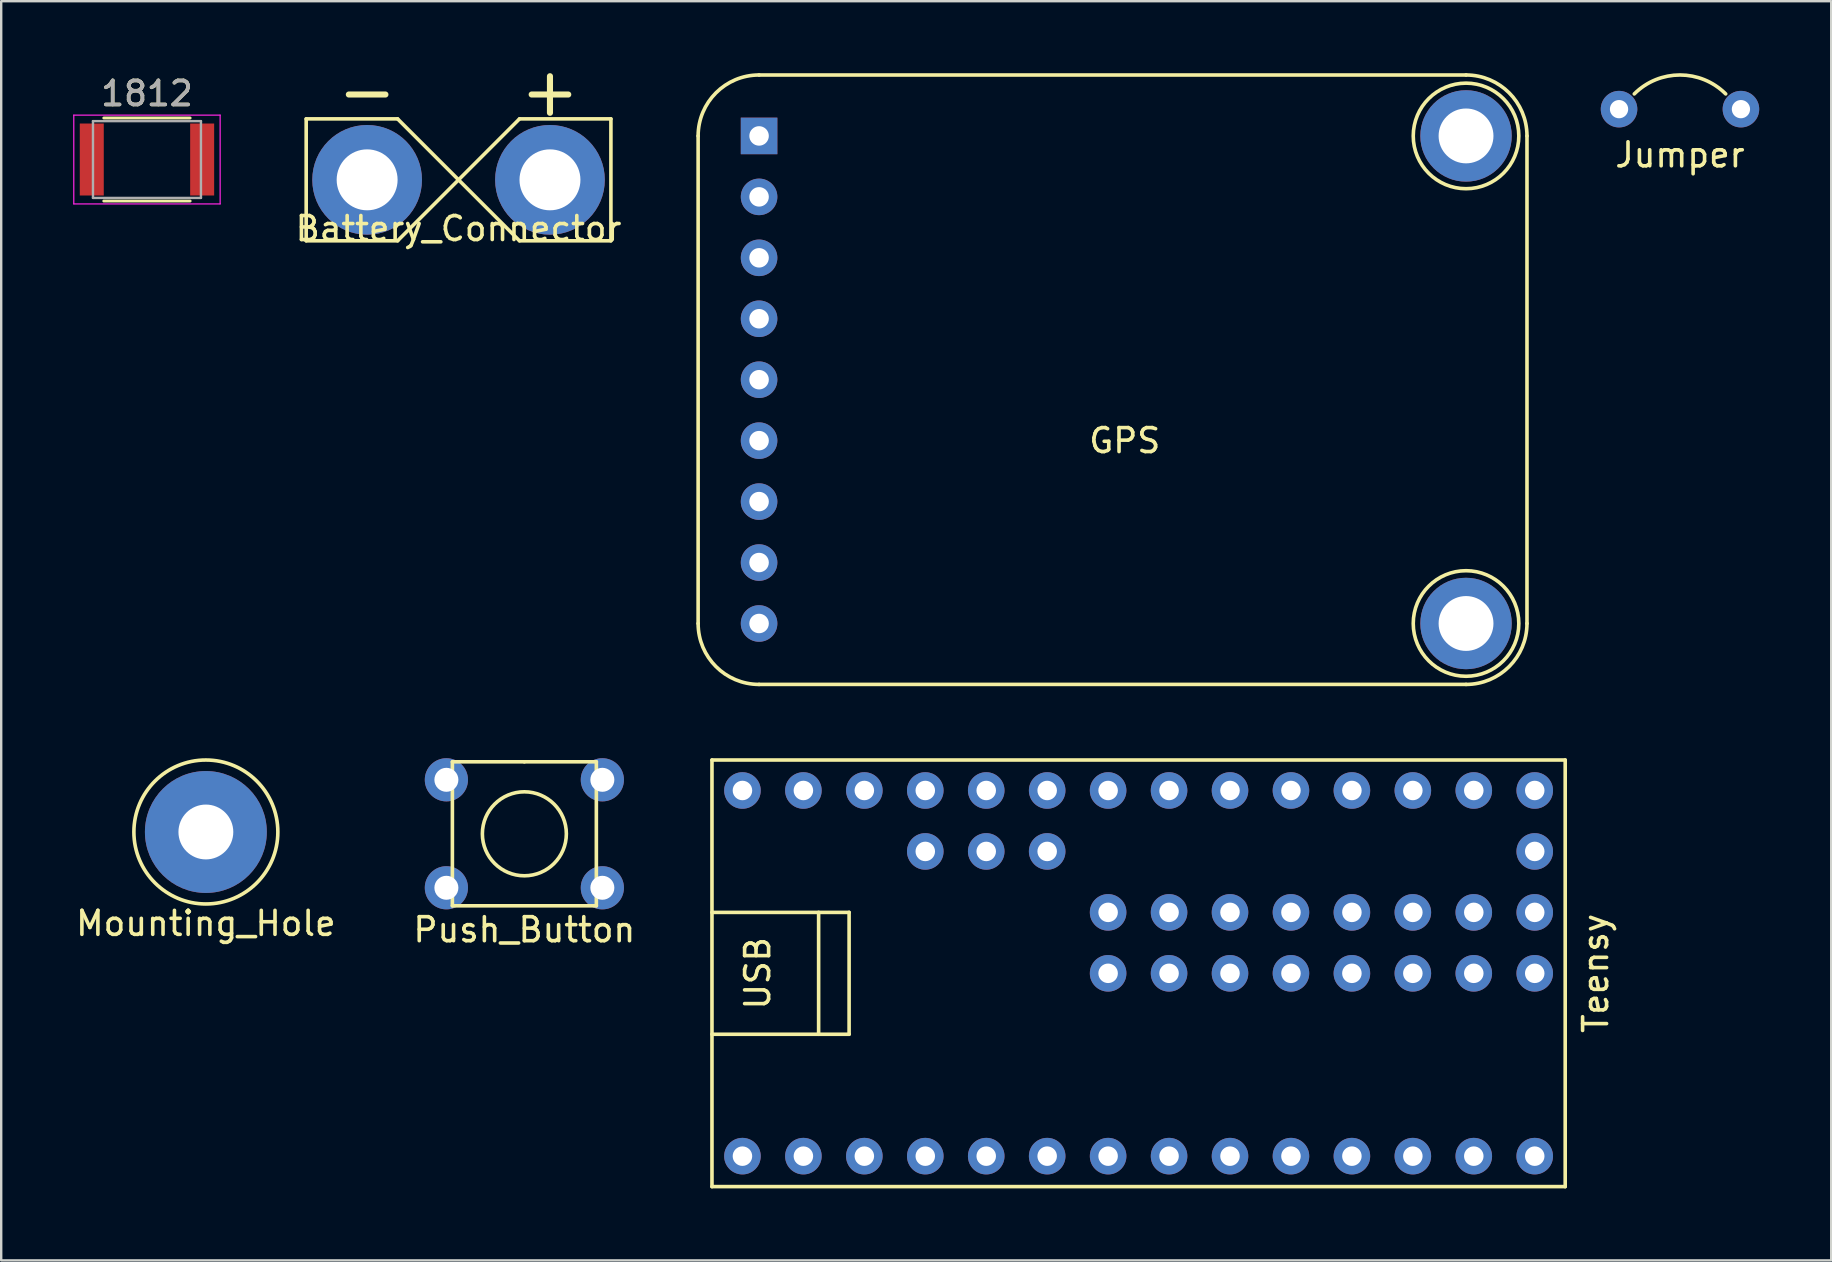
<source format=kicad_pcb>
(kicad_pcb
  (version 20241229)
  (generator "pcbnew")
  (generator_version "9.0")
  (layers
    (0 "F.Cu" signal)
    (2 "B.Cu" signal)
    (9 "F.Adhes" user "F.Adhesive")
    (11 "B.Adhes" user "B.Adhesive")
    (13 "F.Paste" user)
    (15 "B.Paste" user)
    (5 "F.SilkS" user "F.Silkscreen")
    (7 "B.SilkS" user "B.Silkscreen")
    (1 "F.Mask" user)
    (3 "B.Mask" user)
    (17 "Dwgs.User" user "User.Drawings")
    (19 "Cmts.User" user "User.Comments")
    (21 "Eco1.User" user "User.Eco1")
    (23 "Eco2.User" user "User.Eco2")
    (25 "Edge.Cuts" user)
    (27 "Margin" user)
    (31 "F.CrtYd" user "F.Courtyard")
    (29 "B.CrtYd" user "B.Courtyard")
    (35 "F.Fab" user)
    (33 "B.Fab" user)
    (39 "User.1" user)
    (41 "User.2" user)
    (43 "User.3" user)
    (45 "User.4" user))
  (footprint "Jumper"
    (layer "F.Cu")
    (at 66.967 1.499)
    (property "Reference" "Jumper" (at 0 1.905 0) (layer "F.SilkS") (effects (font (size 1 1) (thickness 0.15))))
    (attr through_hole)
    (fp_arc (start -1.905 -0.635) (mid 0 -1.424077) (end 1.905 -0.635) (stroke (width 0.15) (type solid)) (layer "F.SilkS"))
    (pad "1" thru_hole circle (at 2.54 0) (size 1.524 1.524) (drill 0.762) (layers "*.Cu" "*.Mask"))
    (pad "2" thru_hole circle (at -2.54 0) (size 1.524 1.524) (drill 0.762) (layers "*.Cu" "*.Mask")))
  (footprint "Push_Button"
    (layer "F.Cu")
    (at 18.804 31.7)
    (property "Reference" "Push_Button" (at 0 4 0) (layer "F.SilkS") (effects (font (size 1 1) (thickness 0.15))))
    (attr through_hole)
    (fp_line (start -3 -3) (end 0 -3) (stroke (width 0.15) (type solid)) (layer "F.SilkS"))
    (fp_line (start -3 3) (end -3 -3) (stroke (width 0.15) (type solid)) (layer "F.SilkS"))
    (fp_line (start 0 -3) (end 3 -3) (stroke (width 0.15) (type solid)) (layer "F.SilkS"))
    (fp_line (start 3 -3) (end 3 3) (stroke (width 0.15) (type solid)) (layer "F.SilkS"))
    (fp_line (start 3 3) (end -3 3) (stroke (width 0.15) (type solid)) (layer "F.SilkS"))
    (fp_circle (center 0 0) (end 1.75 0) (stroke (width 0.15) (type solid)) (fill no) (layer "F.SilkS"))
    (pad "1" thru_hole circle (at -3.25 -2.25) (size 1.8 1.8) (drill 1) (layers "*.Cu" "*.Mask"))
    (pad "2" thru_hole circle (at -3.25 2.25) (size 1.8 1.8) (drill 1) (layers "*.Cu" "*.Mask"))
    (pad "3" thru_hole circle (at 3.25 -2.25) (size 1.8 1.8) (drill 1) (layers "*.Cu" "*.Mask"))
    (pad "3" thru_hole circle (at 3.25 2.25) (size 1.8 1.8) (drill 1) (layers "*.Cu" "*.Mask")))
  (footprint "Mounting_Hole"
    (layer "F.Cu")
    (at 5.53 31.625)
    (property "Reference" "Mounting_Hole" (at 0 3.81 0) (layer "F.SilkS") (effects (font (size 1 1) (thickness 0.15))))
    (attr through_hole)
    (fp_circle (center 0 0) (end 3 0) (stroke (width 0.15) (type solid)) (fill no) (layer "F.SilkS"))
    (pad "1" thru_hole circle (at 0 0) (size 5.08 5.08) (drill 2.286) (layers "*.Cu" "*.Mask")))
  (footprint "Teensy"
    (layer "F.Cu")
    (at 27.893 45.135)
    (property "Reference" "Teensy" (at 35.56 -7.62 90) (layer "F.SilkS") (effects (font (size 1 1) (thickness 0.15))))
    (attr through_hole)
    (fp_line (start -1.27 -16.51) (end 34.29 -16.51) (stroke (width 0.15) (type solid)) (layer "F.SilkS"))
    (fp_line (start -1.27 -10.16) (end 4.445 -10.16) (stroke (width 0.15) (type solid)) (layer "F.SilkS"))
    (fp_line (start -1.27 1.27) (end -1.27 -16.51) (stroke (width 0.15) (type solid)) (layer "F.SilkS"))
    (fp_line (start 3.175 -10.16) (end 3.175 -5.08) (stroke (width 0.15) (type solid)) (layer "F.SilkS"))
    (fp_line (start 4.445 -10.16) (end 4.445 -5.08) (stroke (width 0.15) (type solid)) (layer "F.SilkS"))
    (fp_line (start 4.445 -5.08) (end -1.27 -5.08) (stroke (width 0.15) (type solid)) (layer "F.SilkS"))
    (fp_line (start 34.29 -16.51) (end 34.29 1.27) (stroke (width 0.15) (type solid)) (layer "F.SilkS"))
    (fp_line (start 34.29 1.27) (end -1.27 1.27) (stroke (width 0.15) (type solid)) (layer "F.SilkS"))
    (fp_text user "USB" (at 0.635 -7.62 90) (layer "F.SilkS") (effects (font (size 1 1) (thickness 0.15))))
    (pad "1" thru_hole circle (at 0 0) (size 1.524 1.524) (drill 0.813) (layers "*.Cu" "*.Mask"))
    (pad "2" thru_hole circle (at 2.54 0) (size 1.524 1.524) (drill 0.813) (layers "*.Cu" "*.Mask"))
    (pad "3" thru_hole circle (at 5.08 0) (size 1.524 1.524) (drill 0.813) (layers "*.Cu" "*.Mask"))
    (pad "4" thru_hole circle (at 7.62 0) (size 1.524 1.524) (drill 0.813) (layers "*.Cu" "*.Mask"))
    (pad "5" thru_hole circle (at 10.16 0) (size 1.524 1.524) (drill 0.813) (layers "*.Cu" "*.Mask"))
    (pad "6" thru_hole circle (at 12.7 0) (size 1.524 1.524) (drill 0.813) (layers "*.Cu" "*.Mask"))
    (pad "7" thru_hole circle (at 15.24 0) (size 1.524 1.524) (drill 0.813) (layers "*.Cu" "*.Mask"))
    (pad "8" thru_hole circle (at 17.78 0) (size 1.524 1.524) (drill 0.813) (layers "*.Cu" "*.Mask"))
    (pad "9" thru_hole circle (at 20.32 0) (size 1.524 1.524) (drill 0.813) (layers "*.Cu" "*.Mask"))
    (pad "10" thru_hole circle (at 22.86 0) (size 1.524 1.524) (drill 0.813) (layers "*.Cu" "*.Mask"))
    (pad "11" thru_hole circle (at 25.4 0) (size 1.524 1.524) (drill 0.813) (layers "*.Cu" "*.Mask"))
    (pad "12" thru_hole circle (at 27.94 0) (size 1.524 1.524) (drill 0.813) (layers "*.Cu" "*.Mask"))
    (pad "13" thru_hole circle (at 30.48 0) (size 1.524 1.524) (drill 0.813) (layers "*.Cu" "*.Mask"))
    (pad "14" thru_hole circle (at 33.02 0) (size 1.524 1.524) (drill 0.813) (layers "*.Cu" "*.Mask"))
    (pad "15" thru_hole circle (at 33.02 -15.24) (size 1.524 1.524) (drill 0.813) (layers "*.Cu" "*.Mask"))
    (pad "16" thru_hole circle (at 30.48 -15.24) (size 1.524 1.524) (drill 0.813) (layers "*.Cu" "*.Mask"))
    (pad "17" thru_hole circle (at 27.94 -15.24) (size 1.524 1.524) (drill 0.813) (layers "*.Cu" "*.Mask"))
    (pad "18" thru_hole circle (at 25.4 -15.24) (size 1.524 1.524) (drill 0.813) (layers "*.Cu" "*.Mask"))
    (pad "19" thru_hole circle (at 22.86 -15.24) (size 1.524 1.524) (drill 0.813) (layers "*.Cu" "*.Mask"))
    (pad "20" thru_hole circle (at 20.32 -15.24) (size 1.524 1.524) (drill 0.813) (layers "*.Cu" "*.Mask"))
    (pad "21" thru_hole circle (at 17.78 -15.24) (size 1.524 1.524) (drill 0.813) (layers "*.Cu" "*.Mask"))
    (pad "22" thru_hole circle (at 15.24 -15.24) (size 1.524 1.524) (drill 0.813) (layers "*.Cu" "*.Mask"))
    (pad "23" thru_hole circle (at 12.7 -15.24) (size 1.524 1.524) (drill 0.813) (layers "*.Cu" "*.Mask"))
    (pad "24" thru_hole circle (at 10.16 -15.24) (size 1.524 1.524) (drill 0.813) (layers "*.Cu" "*.Mask"))
    (pad "25" thru_hole circle (at 7.62 -15.24) (size 1.524 1.524) (drill 0.813) (layers "*.Cu" "*.Mask"))
    (pad "26" thru_hole circle (at 5.08 -15.24) (size 1.524 1.524) (drill 0.813) (layers "*.Cu" "*.Mask"))
    (pad "27" thru_hole circle (at 2.54 -15.24) (size 1.524 1.524) (drill 0.813) (layers "*.Cu" "*.Mask"))
    (pad "28" thru_hole circle (at 0 -15.24) (size 1.524 1.524) (drill 0.813) (layers "*.Cu" "*.Mask"))
    (pad "31" thru_hole circle (at 33.02 -7.62) (size 1.524 1.524) (drill 0.813) (layers "*.Cu" "*.Mask"))
    (pad "32" thru_hole circle (at 33.02 -10.16) (size 1.524 1.524) (drill 0.813) (layers "*.Cu" "*.Mask"))
    (pad "33" thru_hole circle (at 33.02 -12.7) (size 1.524 1.524) (drill 0.813) (layers "*.Cu" "*.Mask"))
    (pad "34" thru_hole circle (at 15.24 -7.62) (size 1.524 1.524) (drill 0.813) (layers "*.Cu" "*.Mask"))
    (pad "35" thru_hole circle (at 17.78 -7.62) (size 1.524 1.524) (drill 0.813) (layers "*.Cu" "*.Mask"))
    (pad "36" thru_hole circle (at 20.32 -7.62) (size 1.524 1.524) (drill 0.813) (layers "*.Cu" "*.Mask"))
    (pad "37" thru_hole circle (at 22.86 -7.62) (size 1.524 1.524) (drill 0.813) (layers "*.Cu" "*.Mask"))
    (pad "38" thru_hole circle (at 25.4 -7.62) (size 1.524 1.524) (drill 0.813) (layers "*.Cu" "*.Mask"))
    (pad "39" thru_hole circle (at 27.94 -7.62) (size 1.524 1.524) (drill 0.813) (layers "*.Cu" "*.Mask"))
    (pad "40" thru_hole circle (at 30.48 -7.62) (size 1.524 1.524) (drill 0.813) (layers "*.Cu" "*.Mask"))
    (pad "41" thru_hole circle (at 30.48 -10.16) (size 1.524 1.524) (drill 0.813) (layers "*.Cu" "*.Mask"))
    (pad "42" thru_hole circle (at 27.94 -10.16) (size 1.524 1.524) (drill 0.813) (layers "*.Cu" "*.Mask"))
    (pad "43" thru_hole circle (at 25.4 -10.16) (size 1.524 1.524) (drill 0.813) (layers "*.Cu" "*.Mask"))
    (pad "44" thru_hole circle (at 22.86 -10.16) (size 1.524 1.524) (drill 0.813) (layers "*.Cu" "*.Mask"))
    (pad "45" thru_hole circle (at 20.32 -10.16) (size 1.524 1.524) (drill 0.813) (layers "*.Cu" "*.Mask"))
    (pad "46" thru_hole circle (at 17.78 -10.16) (size 1.524 1.524) (drill 0.813) (layers "*.Cu" "*.Mask"))
    (pad "47" thru_hole circle (at 15.24 -10.16) (size 1.524 1.524) (drill 0.813) (layers "*.Cu" "*.Mask"))
    (pad "48" thru_hole circle (at 12.7 -12.7) (size 1.524 1.524) (drill 0.813) (layers "*.Cu" "*.Mask"))
    (pad "49" thru_hole circle (at 10.16 -12.7) (size 1.524 1.524) (drill 0.813) (layers "*.Cu" "*.Mask"))
    (pad "50" thru_hole circle (at 7.62 -12.7) (size 1.524 1.524) (drill 0.813) (layers "*.Cu" "*.Mask")))
  (footprint "1812"
    (layer "F.Cu")
    (at 3.075 3.598)
    (property "Reference" "1812" (at 0 -2.75 0) (layer "F.SilkS") (effects (font (size 1 1) (thickness 0.15))))
    (attr smd)
    (fp_line (start -1.8 1.73) (end 1.8 1.73) (stroke (width 0.12) (type solid)) (layer "F.SilkS"))
    (fp_line (start 1.8 -1.73) (end -1.8 -1.73) (stroke (width 0.12) (type solid)) (layer "F.SilkS"))
    (fp_line (start -3.05 -1.85) (end -3.05 1.85) (stroke (width 0.05) (type solid)) (layer "F.CrtYd"))
    (fp_line (start -3.05 -1.85) (end 3.05 -1.85) (stroke (width 0.05) (type solid)) (layer "F.CrtYd"))
    (fp_line (start 3.05 1.85) (end -3.05 1.85) (stroke (width 0.05) (type solid)) (layer "F.CrtYd"))
    (fp_line (start 3.05 1.85) (end 3.05 -1.85) (stroke (width 0.05) (type solid)) (layer "F.CrtYd"))
    (fp_line (start -2.25 -1.6) (end 2.25 -1.6) (stroke (width 0.1) (type solid)) (layer "F.Fab"))
    (fp_line (start -2.25 1.6) (end -2.25 -1.6) (stroke (width 0.1) (type solid)) (layer "F.Fab"))
    (fp_line (start 2.25 -1.6) (end 2.25 1.6) (stroke (width 0.1) (type solid)) (layer "F.Fab"))
    (fp_line (start 2.25 1.6) (end -2.25 1.6) (stroke (width 0.1) (type solid)) (layer "F.Fab"))
    (fp_text user "${REFERENCE}" (at 0 -2.75 0) (layer "F.Fab") (effects (font (size 1 1) (thickness 0.15))))
    (pad "1" smd rect (at -2.3 0) (size 1 3) (layers "F.Cu" "F.Mask" "F.Paste"))
    (pad "2" smd rect (at 2.3 0) (size 1 3) (layers "F.Cu" "F.Mask" "F.Paste")))
  (footprint "Battery_Connector"
    (layer "F.Cu")
    (at 16.061 4.445)
    (property "Reference" "Battery_Connector" (at 0 2.032 0) (layer "F.SilkS") (effects (font (size 1 1) (thickness 0.15))))
    (attr through_hole)
    (fp_line (start -6.35 -2.54) (end -2.54 -2.54) (stroke (width 0.15) (type solid)) (layer "F.SilkS"))
    (fp_line (start -6.35 2.54) (end -6.35 -2.54) (stroke (width 0.15) (type solid)) (layer "F.SilkS"))
    (fp_line (start -4.572 -3.556) (end -3.048 -3.556) (stroke (width 0.254) (type solid)) (layer "F.SilkS"))
    (fp_line (start -2.54 -2.54) (end 2.54 2.54) (stroke (width 0.15) (type solid)) (layer "F.SilkS"))
    (fp_line (start -2.54 2.54) (end -6.35 2.54) (stroke (width 0.15) (type solid)) (layer "F.SilkS"))
    (fp_line (start 2.54 -2.54) (end -2.54 2.54) (stroke (width 0.15) (type solid)) (layer "F.SilkS"))
    (fp_line (start 2.54 2.54) (end 6.35 2.54) (stroke (width 0.15) (type solid)) (layer "F.SilkS"))
    (fp_line (start 3.048 -3.556) (end 4.572 -3.556) (stroke (width 0.254) (type solid)) (layer "F.SilkS"))
    (fp_line (start 3.81 -2.794) (end 3.81 -4.318) (stroke (width 0.254) (type solid)) (layer "F.SilkS"))
    (fp_line (start 6.35 -2.54) (end 2.54 -2.54) (stroke (width 0.15) (type solid)) (layer "F.SilkS"))
    (fp_line (start 6.35 2.54) (end 6.35 -2.54) (stroke (width 0.15) (type solid)) (layer "F.SilkS"))
    (pad "1" thru_hole circle (at 3.81 0) (size 4.572 4.572) (drill 2.54) (layers "*.Cu" "*.Mask"))
    (pad "2" thru_hole circle (at -3.81 0) (size 4.572 4.572) (drill 2.54) (layers "*.Cu" "*.Mask")))
  (footprint "GPS"
    (layer "F.Cu")
    (at 28.586 22.935)
    (property "Reference" "GPS" (at 15.24 -7.62 0) (layer "F.SilkS") (effects (font (size 1 1) (thickness 0.15))))
    (attr through_hole)
    (fp_line (start -2.54 0) (end -2.54 -20.32) (stroke (width 0.15) (type solid)) (layer "F.SilkS"))
    (fp_line (start 0 -22.86) (end 29.464 -22.86) (stroke (width 0.15) (type solid)) (layer "F.SilkS"))
    (fp_line (start 0 2.54) (end 29.464 2.54) (stroke (width 0.15) (type solid)) (layer "F.SilkS"))
    (fp_line (start 32.004 0) (end 32.004 -20.32) (stroke (width 0.15) (type solid)) (layer "F.SilkS"))
    (fp_arc (start -2.54 -20.32) (mid -1.796051 -22.116051) (end 0 -22.86) (stroke (width 0.15) (type solid)) (layer "F.SilkS"))
    (fp_arc (start 0 2.54) (mid -1.796051 1.796051) (end -2.54 0) (stroke (width 0.15) (type solid)) (layer "F.SilkS"))
    (fp_arc (start 29.464 -22.86) (mid 31.260051 -22.116051) (end 32.004 -20.32) (stroke (width 0.15) (type solid)) (layer "F.SilkS"))
    (fp_arc (start 32.004 0) (mid 31.260051 1.796051) (end 29.464 2.54) (stroke (width 0.15) (type solid)) (layer "F.SilkS"))
    (fp_circle (center 29.464 -20.32) (end 29.464 -22.52) (stroke (width 0.15) (type solid)) (fill no) (layer "F.SilkS"))
    (fp_circle (center 29.464 0) (end 29.464 -2.2) (stroke (width 0.15) (type solid)) (fill no) (layer "F.SilkS"))
    (pad "1" thru_hole rect (at 0 -20.32 270) (size 1.524 1.524) (drill 0.813) (layers "*.Cu" "*.Mask"))
    (pad "2" thru_hole circle (at 0 -17.78 270) (size 1.524 1.524) (drill 0.813) (layers "*.Cu" "*.Mask"))
    (pad "3" thru_hole circle (at 0 -15.24 270) (size 1.524 1.524) (drill 0.813) (layers "*.Cu" "*.Mask"))
    (pad "4" thru_hole circle (at 0 -12.7 270) (size 1.524 1.524) (drill 0.813) (layers "*.Cu" "*.Mask"))
    (pad "5" thru_hole circle (at 0 -10.16 270) (size 1.524 1.524) (drill 0.813) (layers "*.Cu" "*.Mask"))
    (pad "6" thru_hole circle (at 0 -7.62 270) (size 1.524 1.524) (drill 0.813) (layers "*.Cu" "*.Mask"))
    (pad "7" thru_hole circle (at 0 -5.08 270) (size 1.524 1.524) (drill 0.813) (layers "*.Cu" "*.Mask"))
    (pad "8" thru_hole circle (at 0 -2.54 270) (size 1.524 1.524) (drill 0.813) (layers "*.Cu" "*.Mask"))
    (pad "9" thru_hole circle (at 0 0 270) (size 1.524 1.524) (drill 0.813) (layers "*.Cu" "*.Mask"))
    (pad "~" thru_hole circle (at 29.464 -20.32) (size 3.81 3.81) (drill 2.286) (layers "*.Cu" "*.Mask"))
    (pad "~" thru_hole circle (at 29.464 0) (size 3.81 3.81) (drill 2.286) (layers "*.Cu" "*.Mask")))
  (gr_rect
    (start -3 -3)
    (end 73.269 49.48)
    (stroke (width 0.1) (type default))
    (fill no)
    (layer "Edge.Cuts")))
</source>
